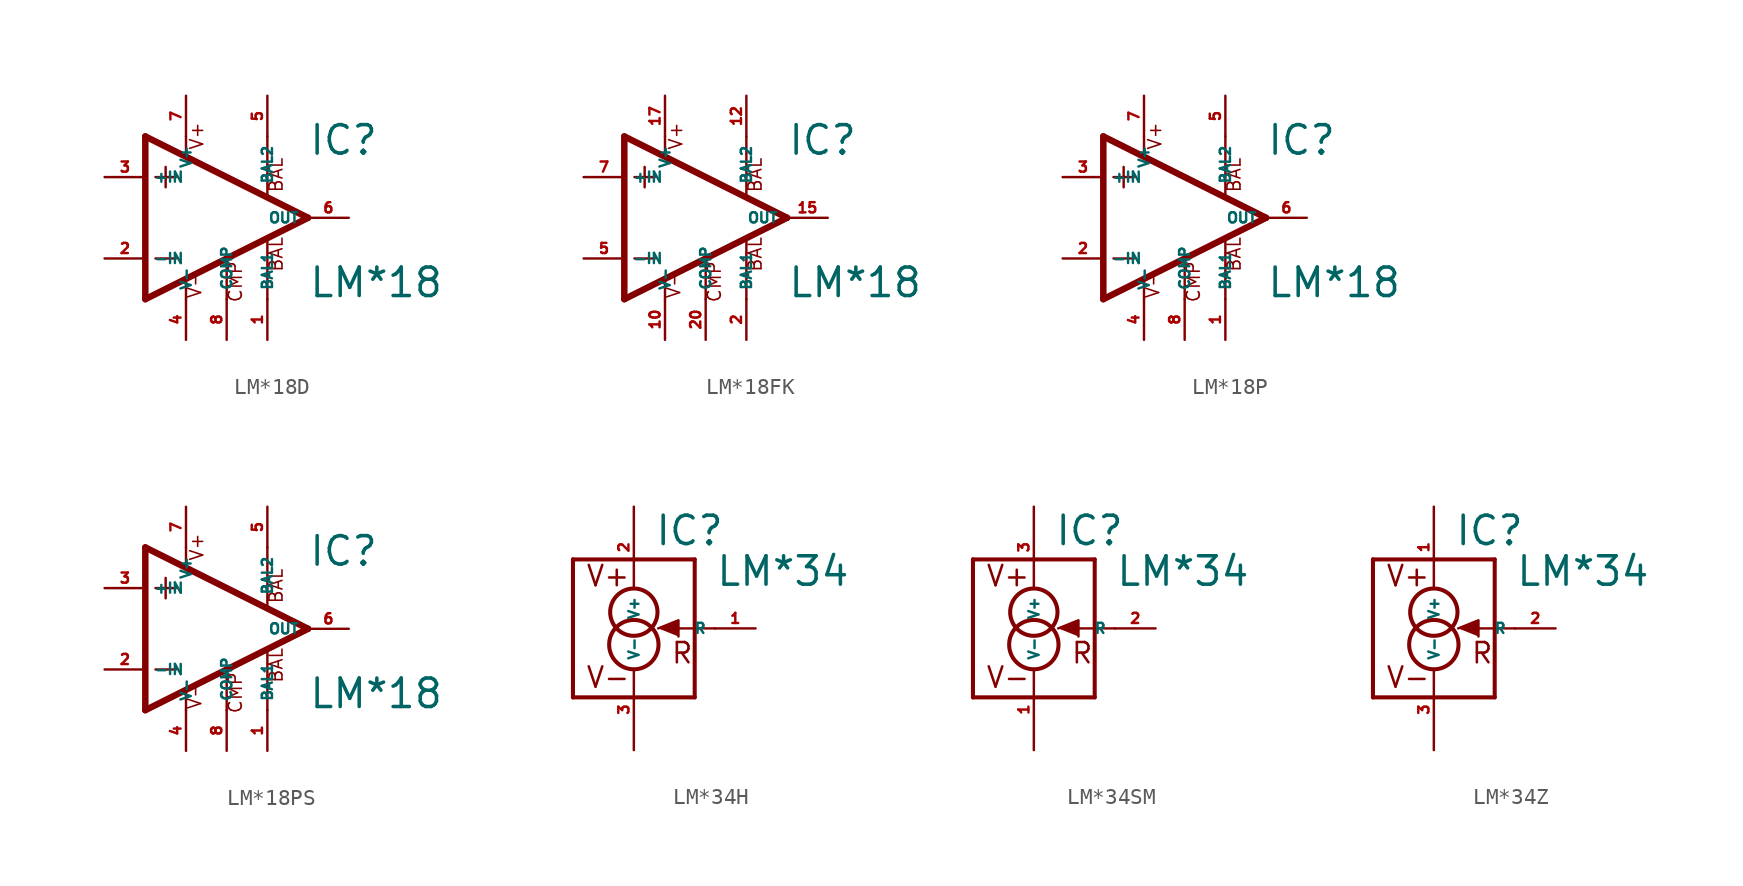
<source format=kicad_sym>
(kicad_symbol_lib
  (version 20220914)
  (generator Eagle2Kicad)
  (symbol "LM*18D"
    (property "Reference" "IC"
      (at 5.08 3.81 0)
      (effects (font (size 1.778 1.778) (thickness 0.22)) (justify left bottom)))
    (property "Value" "LM*18"
      (at 5.08 -5.08 0)
      (effects (font (size 1.778 1.778) (thickness 0.22)) (justify left bottom)))
    (polyline
      (pts (xy -3.81 3.175) (xy -3.81 1.905))
      (stroke (width 0.152) (type default))
      (fill (type none)))
    (polyline
      (pts (xy -4.445 2.54) (xy -3.175 2.54))
      (stroke (width 0.152) (type default))
      (fill (type none)))
    (polyline
      (pts (xy -4.445 -2.54) (xy -3.175 -2.54))
      (stroke (width 0.152) (type default))
      (fill (type none)))
    (polyline
      (pts (xy -5.08 5.08) (xy -5.08 -5.08))
      (stroke (width 0.406) (type default))
      (fill (type none)))
    (polyline
      (pts (xy -2.54 5.08) (xy -2.54 3.886))
      (stroke (width 0.152) (type default))
      (fill (type none)))
    (polyline
      (pts (xy 2.54 5.08) (xy 2.54 1.346))
      (stroke (width 0.152) (type default))
      (fill (type none)))
    (polyline
      (pts (xy 2.54 -5.08) (xy 2.54 -1.346))
      (stroke (width 0.152) (type default))
      (fill (type none)))
    (polyline
      (pts (xy -5.08 5.08) (xy 5.08 0))
      (stroke (width 0.406) (type default))
      (fill (type none)))
    (polyline
      (pts (xy -5.08 -5.08) (xy 5.08 0))
      (stroke (width 0.406) (type default))
      (fill (type none)))
    (polyline
      (pts (xy -2.54 -5.08) (xy -2.54 -3.886))
      (stroke (width 0.152) (type default))
      (fill (type none)))
    (polyline
      (pts (xy 0 -5.08) (xy 0 -2.616))
      (stroke (width 0.152) (type default))
      (fill (type none)))
    (text "BAL"
      (at 3.556 1.524 900)
      (effects (font (size 0.813 0.813) (thickness 0.10)) (justify left bottom)))
    (text "BAL"
      (at 3.556 -3.429 900)
      (effects (font (size 0.813 0.813) (thickness 0.10)) (justify left bottom)))
    (text "V-"
      (at -1.524 -5.08 900)
      (effects (font (size 0.813 0.813) (thickness 0.10)) (justify left bottom)))
    (text "CMP"
      (at 1.016 -5.334 900)
      (effects (font (size 0.813 0.813) (thickness 0.10)) (justify left bottom)))
    (text "V+"
      (at -1.397 4.191 900)
      (effects (font (size 0.813 0.813) (thickness 0.10)) (justify left bottom)))
    (pin input line
      (at -7.62 -2.54 0)
      (length 2.54)
      (name "-IN" (effects (font (size 0.635 0.635) (thickness 0.08)) (justify left bottom)))
      (number "2" (effects (font (size 0.635 0.635) (thickness 0.08)) (justify left bottom))))
    (pin input line
      (at -7.62 2.54 0)
      (length 2.54)
      (name "+IN" (effects (font (size 0.635 0.635) (thickness 0.08)) (justify left bottom)))
      (number "3" (effects (font (size 0.635 0.635) (thickness 0.08)) (justify left bottom))))
    (pin passive line
      (at 2.54 7.62 270)
      (length 2.54)
      (name "BAL2" (effects (font (size 0.635 0.635) (thickness 0.08)) (justify left bottom)))
      (number "5" (effects (font (size 0.635 0.635) (thickness 0.08)) (justify left bottom))))
    (pin output line
      (at 7.62 0 180)
      (length 2.54)
      (name "OUT" (effects (font (size 0.635 0.635) (thickness 0.08)) (justify left bottom)))
      (number "6" (effects (font (size 0.635 0.635) (thickness 0.08)) (justify left bottom))))
    (pin passive line
      (at 2.54 -7.62 90)
      (length 2.54)
      (name "BAL1" (effects (font (size 0.635 0.635) (thickness 0.08)) (justify left bottom)))
      (number "1" (effects (font (size 0.635 0.635) (thickness 0.08)) (justify left bottom))))
    (pin unspecified line
      (at -2.54 7.62 270)
      (length 2.54)
      (name "V+" (effects (font (size 0.635 0.635) (thickness 0.08)) (justify left bottom)))
      (number "7" (effects (font (size 0.635 0.635) (thickness 0.08)) (justify left bottom))))
    (pin passive line
      (at 0 -7.62 90)
      (length 2.54)
      (name "COMP" (effects (font (size 0.635 0.635) (thickness 0.08)) (justify left bottom)))
      (number "8" (effects (font (size 0.635 0.635) (thickness 0.08)) (justify left bottom))))
    (pin unspecified line
      (at -2.54 -7.62 90)
      (length 2.54)
      (name "V-" (effects (font (size 0.635 0.635) (thickness 0.08)) (justify left bottom)))
      (number "4" (effects (font (size 0.635 0.635) (thickness 0.08)) (justify left bottom)))))
  (symbol "LM*18FK"
    (property "Reference" "IC"
      (at 5.08 3.81 0)
      (effects (font (size 1.778 1.778) (thickness 0.22)) (justify left bottom)))
    (property "Value" "LM*18"
      (at 5.08 -5.08 0)
      (effects (font (size 1.778 1.778) (thickness 0.22)) (justify left bottom)))
    (polyline
      (pts (xy -3.81 3.175) (xy -3.81 1.905))
      (stroke (width 0.152) (type default))
      (fill (type none)))
    (polyline
      (pts (xy -4.445 2.54) (xy -3.175 2.54))
      (stroke (width 0.152) (type default))
      (fill (type none)))
    (polyline
      (pts (xy -4.445 -2.54) (xy -3.175 -2.54))
      (stroke (width 0.152) (type default))
      (fill (type none)))
    (polyline
      (pts (xy -5.08 5.08) (xy -5.08 -5.08))
      (stroke (width 0.406) (type default))
      (fill (type none)))
    (polyline
      (pts (xy -2.54 5.08) (xy -2.54 3.886))
      (stroke (width 0.152) (type default))
      (fill (type none)))
    (polyline
      (pts (xy 2.54 5.08) (xy 2.54 1.346))
      (stroke (width 0.152) (type default))
      (fill (type none)))
    (polyline
      (pts (xy 2.54 -5.08) (xy 2.54 -1.346))
      (stroke (width 0.152) (type default))
      (fill (type none)))
    (polyline
      (pts (xy -5.08 5.08) (xy 5.08 0))
      (stroke (width 0.406) (type default))
      (fill (type none)))
    (polyline
      (pts (xy -5.08 -5.08) (xy 5.08 0))
      (stroke (width 0.406) (type default))
      (fill (type none)))
    (polyline
      (pts (xy -2.54 -5.08) (xy -2.54 -3.886))
      (stroke (width 0.152) (type default))
      (fill (type none)))
    (polyline
      (pts (xy 0 -5.08) (xy 0 -2.616))
      (stroke (width 0.152) (type default))
      (fill (type none)))
    (text "BAL"
      (at 3.556 1.524 900)
      (effects (font (size 0.813 0.813) (thickness 0.10)) (justify left bottom)))
    (text "BAL"
      (at 3.556 -3.429 900)
      (effects (font (size 0.813 0.813) (thickness 0.10)) (justify left bottom)))
    (text "V-"
      (at -1.524 -5.08 900)
      (effects (font (size 0.813 0.813) (thickness 0.10)) (justify left bottom)))
    (text "CMP"
      (at 1.016 -5.334 900)
      (effects (font (size 0.813 0.813) (thickness 0.10)) (justify left bottom)))
    (text "V+"
      (at -1.397 4.191 900)
      (effects (font (size 0.813 0.813) (thickness 0.10)) (justify left bottom)))
    (pin input line
      (at -7.62 -2.54 0)
      (length 2.54)
      (name "-IN" (effects (font (size 0.635 0.635) (thickness 0.08)) (justify left bottom)))
      (number "5" (effects (font (size 0.635 0.635) (thickness 0.08)) (justify left bottom))))
    (pin input line
      (at -7.62 2.54 0)
      (length 2.54)
      (name "+IN" (effects (font (size 0.635 0.635) (thickness 0.08)) (justify left bottom)))
      (number "7" (effects (font (size 0.635 0.635) (thickness 0.08)) (justify left bottom))))
    (pin passive line
      (at 2.54 7.62 270)
      (length 2.54)
      (name "BAL2" (effects (font (size 0.635 0.635) (thickness 0.08)) (justify left bottom)))
      (number "12" (effects (font (size 0.635 0.635) (thickness 0.08)) (justify left bottom))))
    (pin output line
      (at 7.62 0 180)
      (length 2.54)
      (name "OUT" (effects (font (size 0.635 0.635) (thickness 0.08)) (justify left bottom)))
      (number "15" (effects (font (size 0.635 0.635) (thickness 0.08)) (justify left bottom))))
    (pin passive line
      (at 2.54 -7.62 90)
      (length 2.54)
      (name "BAL1" (effects (font (size 0.635 0.635) (thickness 0.08)) (justify left bottom)))
      (number "2" (effects (font (size 0.635 0.635) (thickness 0.08)) (justify left bottom))))
    (pin unspecified line
      (at -2.54 7.62 270)
      (length 2.54)
      (name "V+" (effects (font (size 0.635 0.635) (thickness 0.08)) (justify left bottom)))
      (number "17" (effects (font (size 0.635 0.635) (thickness 0.08)) (justify left bottom))))
    (pin passive line
      (at 0 -7.62 90)
      (length 2.54)
      (name "COMP" (effects (font (size 0.635 0.635) (thickness 0.08)) (justify left bottom)))
      (number "20" (effects (font (size 0.635 0.635) (thickness 0.08)) (justify left bottom))))
    (pin unspecified line
      (at -2.54 -7.62 90)
      (length 2.54)
      (name "V-" (effects (font (size 0.635 0.635) (thickness 0.08)) (justify left bottom)))
      (number "10" (effects (font (size 0.635 0.635) (thickness 0.08)) (justify left bottom)))))
  (symbol "LM*18P"
    (property "Reference" "IC"
      (at 5.08 3.81 0)
      (effects (font (size 1.778 1.778) (thickness 0.22)) (justify left bottom)))
    (property "Value" "LM*18"
      (at 5.08 -5.08 0)
      (effects (font (size 1.778 1.778) (thickness 0.22)) (justify left bottom)))
    (polyline
      (pts (xy -3.81 3.175) (xy -3.81 1.905))
      (stroke (width 0.152) (type default))
      (fill (type none)))
    (polyline
      (pts (xy -4.445 2.54) (xy -3.175 2.54))
      (stroke (width 0.152) (type default))
      (fill (type none)))
    (polyline
      (pts (xy -4.445 -2.54) (xy -3.175 -2.54))
      (stroke (width 0.152) (type default))
      (fill (type none)))
    (polyline
      (pts (xy -5.08 5.08) (xy -5.08 -5.08))
      (stroke (width 0.406) (type default))
      (fill (type none)))
    (polyline
      (pts (xy -2.54 5.08) (xy -2.54 3.886))
      (stroke (width 0.152) (type default))
      (fill (type none)))
    (polyline
      (pts (xy 2.54 5.08) (xy 2.54 1.346))
      (stroke (width 0.152) (type default))
      (fill (type none)))
    (polyline
      (pts (xy 2.54 -5.08) (xy 2.54 -1.346))
      (stroke (width 0.152) (type default))
      (fill (type none)))
    (polyline
      (pts (xy -5.08 5.08) (xy 5.08 0))
      (stroke (width 0.406) (type default))
      (fill (type none)))
    (polyline
      (pts (xy -5.08 -5.08) (xy 5.08 0))
      (stroke (width 0.406) (type default))
      (fill (type none)))
    (polyline
      (pts (xy -2.54 -5.08) (xy -2.54 -3.886))
      (stroke (width 0.152) (type default))
      (fill (type none)))
    (polyline
      (pts (xy 0 -5.08) (xy 0 -2.616))
      (stroke (width 0.152) (type default))
      (fill (type none)))
    (text "BAL"
      (at 3.556 1.524 900)
      (effects (font (size 0.813 0.813) (thickness 0.10)) (justify left bottom)))
    (text "BAL"
      (at 3.556 -3.429 900)
      (effects (font (size 0.813 0.813) (thickness 0.10)) (justify left bottom)))
    (text "V-"
      (at -1.524 -5.08 900)
      (effects (font (size 0.813 0.813) (thickness 0.10)) (justify left bottom)))
    (text "CMP"
      (at 1.016 -5.334 900)
      (effects (font (size 0.813 0.813) (thickness 0.10)) (justify left bottom)))
    (text "V+"
      (at -1.397 4.191 900)
      (effects (font (size 0.813 0.813) (thickness 0.10)) (justify left bottom)))
    (pin input line
      (at -7.62 -2.54 0)
      (length 2.54)
      (name "-IN" (effects (font (size 0.635 0.635) (thickness 0.08)) (justify left bottom)))
      (number "2" (effects (font (size 0.635 0.635) (thickness 0.08)) (justify left bottom))))
    (pin input line
      (at -7.62 2.54 0)
      (length 2.54)
      (name "+IN" (effects (font (size 0.635 0.635) (thickness 0.08)) (justify left bottom)))
      (number "3" (effects (font (size 0.635 0.635) (thickness 0.08)) (justify left bottom))))
    (pin passive line
      (at 2.54 7.62 270)
      (length 2.54)
      (name "BAL2" (effects (font (size 0.635 0.635) (thickness 0.08)) (justify left bottom)))
      (number "5" (effects (font (size 0.635 0.635) (thickness 0.08)) (justify left bottom))))
    (pin output line
      (at 7.62 0 180)
      (length 2.54)
      (name "OUT" (effects (font (size 0.635 0.635) (thickness 0.08)) (justify left bottom)))
      (number "6" (effects (font (size 0.635 0.635) (thickness 0.08)) (justify left bottom))))
    (pin passive line
      (at 2.54 -7.62 90)
      (length 2.54)
      (name "BAL1" (effects (font (size 0.635 0.635) (thickness 0.08)) (justify left bottom)))
      (number "1" (effects (font (size 0.635 0.635) (thickness 0.08)) (justify left bottom))))
    (pin unspecified line
      (at -2.54 7.62 270)
      (length 2.54)
      (name "V+" (effects (font (size 0.635 0.635) (thickness 0.08)) (justify left bottom)))
      (number "7" (effects (font (size 0.635 0.635) (thickness 0.08)) (justify left bottom))))
    (pin passive line
      (at 0 -7.62 90)
      (length 2.54)
      (name "COMP" (effects (font (size 0.635 0.635) (thickness 0.08)) (justify left bottom)))
      (number "8" (effects (font (size 0.635 0.635) (thickness 0.08)) (justify left bottom))))
    (pin unspecified line
      (at -2.54 -7.62 90)
      (length 2.54)
      (name "V-" (effects (font (size 0.635 0.635) (thickness 0.08)) (justify left bottom)))
      (number "4" (effects (font (size 0.635 0.635) (thickness 0.08)) (justify left bottom)))))
  (symbol "LM*18PS"
    (property "Reference" "IC"
      (at 5.08 3.81 0)
      (effects (font (size 1.778 1.778) (thickness 0.22)) (justify left bottom)))
    (property "Value" "LM*18"
      (at 5.08 -5.08 0)
      (effects (font (size 1.778 1.778) (thickness 0.22)) (justify left bottom)))
    (polyline
      (pts (xy -3.81 3.175) (xy -3.81 1.905))
      (stroke (width 0.152) (type default))
      (fill (type none)))
    (polyline
      (pts (xy -4.445 2.54) (xy -3.175 2.54))
      (stroke (width 0.152) (type default))
      (fill (type none)))
    (polyline
      (pts (xy -4.445 -2.54) (xy -3.175 -2.54))
      (stroke (width 0.152) (type default))
      (fill (type none)))
    (polyline
      (pts (xy -5.08 5.08) (xy -5.08 -5.08))
      (stroke (width 0.406) (type default))
      (fill (type none)))
    (polyline
      (pts (xy -2.54 5.08) (xy -2.54 3.886))
      (stroke (width 0.152) (type default))
      (fill (type none)))
    (polyline
      (pts (xy 2.54 5.08) (xy 2.54 1.346))
      (stroke (width 0.152) (type default))
      (fill (type none)))
    (polyline
      (pts (xy 2.54 -5.08) (xy 2.54 -1.346))
      (stroke (width 0.152) (type default))
      (fill (type none)))
    (polyline
      (pts (xy -5.08 5.08) (xy 5.08 0))
      (stroke (width 0.406) (type default))
      (fill (type none)))
    (polyline
      (pts (xy -5.08 -5.08) (xy 5.08 0))
      (stroke (width 0.406) (type default))
      (fill (type none)))
    (polyline
      (pts (xy -2.54 -5.08) (xy -2.54 -3.886))
      (stroke (width 0.152) (type default))
      (fill (type none)))
    (polyline
      (pts (xy 0 -5.08) (xy 0 -2.616))
      (stroke (width 0.152) (type default))
      (fill (type none)))
    (text "BAL"
      (at 3.556 1.524 900)
      (effects (font (size 0.813 0.813) (thickness 0.10)) (justify left bottom)))
    (text "BAL"
      (at 3.556 -3.429 900)
      (effects (font (size 0.813 0.813) (thickness 0.10)) (justify left bottom)))
    (text "V-"
      (at -1.524 -5.08 900)
      (effects (font (size 0.813 0.813) (thickness 0.10)) (justify left bottom)))
    (text "CMP"
      (at 1.016 -5.334 900)
      (effects (font (size 0.813 0.813) (thickness 0.10)) (justify left bottom)))
    (text "V+"
      (at -1.397 4.191 900)
      (effects (font (size 0.813 0.813) (thickness 0.10)) (justify left bottom)))
    (pin input line
      (at -7.62 -2.54 0)
      (length 2.54)
      (name "-IN" (effects (font (size 0.635 0.635) (thickness 0.08)) (justify left bottom)))
      (number "2" (effects (font (size 0.635 0.635) (thickness 0.08)) (justify left bottom))))
    (pin input line
      (at -7.62 2.54 0)
      (length 2.54)
      (name "+IN" (effects (font (size 0.635 0.635) (thickness 0.08)) (justify left bottom)))
      (number "3" (effects (font (size 0.635 0.635) (thickness 0.08)) (justify left bottom))))
    (pin passive line
      (at 2.54 7.62 270)
      (length 2.54)
      (name "BAL2" (effects (font (size 0.635 0.635) (thickness 0.08)) (justify left bottom)))
      (number "5" (effects (font (size 0.635 0.635) (thickness 0.08)) (justify left bottom))))
    (pin output line
      (at 7.62 0 180)
      (length 2.54)
      (name "OUT" (effects (font (size 0.635 0.635) (thickness 0.08)) (justify left bottom)))
      (number "6" (effects (font (size 0.635 0.635) (thickness 0.08)) (justify left bottom))))
    (pin passive line
      (at 2.54 -7.62 90)
      (length 2.54)
      (name "BAL1" (effects (font (size 0.635 0.635) (thickness 0.08)) (justify left bottom)))
      (number "1" (effects (font (size 0.635 0.635) (thickness 0.08)) (justify left bottom))))
    (pin unspecified line
      (at -2.54 7.62 270)
      (length 2.54)
      (name "V+" (effects (font (size 0.635 0.635) (thickness 0.08)) (justify left bottom)))
      (number "7" (effects (font (size 0.635 0.635) (thickness 0.08)) (justify left bottom))))
    (pin passive line
      (at 0 -7.62 90)
      (length 2.54)
      (name "COMP" (effects (font (size 0.635 0.635) (thickness 0.08)) (justify left bottom)))
      (number "8" (effects (font (size 0.635 0.635) (thickness 0.08)) (justify left bottom))))
    (pin unspecified line
      (at -2.54 -7.62 90)
      (length 2.54)
      (name "V-" (effects (font (size 0.635 0.635) (thickness 0.08)) (justify left bottom)))
      (number "4" (effects (font (size 0.635 0.635) (thickness 0.08)) (justify left bottom)))))
  (symbol "LM*34H"
    (property "Reference" "IC"
      (at 1.27 5.08 0)
      (effects (font (size 1.778 1.778) (thickness 0.22)) (justify left bottom)))
    (property "Value" "LM*34"
      (at 5.08 2.54 0)
      (effects (font (size 1.778 1.778) (thickness 0.22)) (justify left bottom)))
    (polyline
      (pts (xy 1.524 0) (xy 2.794 0.508) (xy 2.794 -0.508))
      (stroke (width 0.152) (type default))
      (fill (type outline)))
    (polyline
      (pts (xy 5.08 0) (xy 1.778 0))
      (stroke (width 0.152) (type default))
      (fill (type none)))
    (polyline
      (pts (xy -3.81 4.318) (xy 3.81 4.318))
      (stroke (width 0.254) (type default))
      (fill (type none)))
    (polyline
      (pts (xy 3.81 4.318) (xy 3.81 -4.318))
      (stroke (width 0.254) (type default))
      (fill (type none)))
    (polyline
      (pts (xy 3.81 -4.318) (xy -3.81 -4.318))
      (stroke (width 0.254) (type default))
      (fill (type none)))
    (polyline
      (pts (xy -3.81 -4.318) (xy -3.81 4.318))
      (stroke (width 0.254) (type default))
      (fill (type none)))
    (text "V+"
      (at -3.048 2.54 0)
      (effects (font (size 1.27 1.27) (thickness 0.16)) (justify left bottom)))
    (text "V-"
      (at -3.048 -3.81 0)
      (effects (font (size 1.27 1.27) (thickness 0.16)) (justify left bottom)))
    (text "R"
      (at 2.286 -2.286 0)
      (effects (font (size 1.27 1.27) (thickness 0.16)) (justify left bottom)))
    (circle
      (center 0 1.016)
      (radius 1.481)
      (stroke (width 0.254) (type default))
      (fill (type none)))
    (circle
      (center 0 -1.016)
      (radius 1.545)
      (stroke (width 0.254) (type default))
      (fill (type none)))
    (pin passive line
      (at 0 7.62 270)
      (length 5.08)
      (name "V+" (effects (font (size 0.635 0.635) (thickness 0.08)) (justify left bottom)))
      (number "2" (effects (font (size 0.635 0.635) (thickness 0.08)) (justify left bottom))))
    (pin passive line
      (at 0 -7.62 90)
      (length 5.08)
      (name "V-" (effects (font (size 0.635 0.635) (thickness 0.08)) (justify left bottom)))
      (number "3" (effects (font (size 0.635 0.635) (thickness 0.08)) (justify left bottom))))
    (pin passive line
      (at 7.62 0 180)
      (length 2.54)
      (name "R" (effects (font (size 0.635 0.635) (thickness 0.08)) (justify left bottom)))
      (number "1" (effects (font (size 0.635 0.635) (thickness 0.08)) (justify left bottom)))))
  (symbol "LM*34SM"
    (property "Reference" "IC"
      (at 1.27 5.08 0)
      (effects (font (size 1.778 1.778) (thickness 0.22)) (justify left bottom)))
    (property "Value" "LM*34"
      (at 5.08 2.54 0)
      (effects (font (size 1.778 1.778) (thickness 0.22)) (justify left bottom)))
    (polyline
      (pts (xy 1.524 0) (xy 2.794 0.508) (xy 2.794 -0.508))
      (stroke (width 0.152) (type default))
      (fill (type outline)))
    (polyline
      (pts (xy 5.08 0) (xy 1.778 0))
      (stroke (width 0.152) (type default))
      (fill (type none)))
    (polyline
      (pts (xy -3.81 4.318) (xy 3.81 4.318))
      (stroke (width 0.254) (type default))
      (fill (type none)))
    (polyline
      (pts (xy 3.81 4.318) (xy 3.81 -4.318))
      (stroke (width 0.254) (type default))
      (fill (type none)))
    (polyline
      (pts (xy 3.81 -4.318) (xy -3.81 -4.318))
      (stroke (width 0.254) (type default))
      (fill (type none)))
    (polyline
      (pts (xy -3.81 -4.318) (xy -3.81 4.318))
      (stroke (width 0.254) (type default))
      (fill (type none)))
    (text "V+"
      (at -3.048 2.54 0)
      (effects (font (size 1.27 1.27) (thickness 0.16)) (justify left bottom)))
    (text "V-"
      (at -3.048 -3.81 0)
      (effects (font (size 1.27 1.27) (thickness 0.16)) (justify left bottom)))
    (text "R"
      (at 2.286 -2.286 0)
      (effects (font (size 1.27 1.27) (thickness 0.16)) (justify left bottom)))
    (circle
      (center 0 1.016)
      (radius 1.481)
      (stroke (width 0.254) (type default))
      (fill (type none)))
    (circle
      (center 0 -1.016)
      (radius 1.545)
      (stroke (width 0.254) (type default))
      (fill (type none)))
    (pin passive line
      (at 0 7.62 270)
      (length 5.08)
      (name "V+" (effects (font (size 0.635 0.635) (thickness 0.08)) (justify left bottom)))
      (number "3" (effects (font (size 0.635 0.635) (thickness 0.08)) (justify left bottom))))
    (pin passive line
      (at 0 -7.62 90)
      (length 5.08)
      (name "V-" (effects (font (size 0.635 0.635) (thickness 0.08)) (justify left bottom)))
      (number "1" (effects (font (size 0.635 0.635) (thickness 0.08)) (justify left bottom))))
    (pin passive line
      (at 7.62 0 180)
      (length 2.54)
      (name "R" (effects (font (size 0.635 0.635) (thickness 0.08)) (justify left bottom)))
      (number "2" (effects (font (size 0.635 0.635) (thickness 0.08)) (justify left bottom)))))
  (symbol "LM*34Z"
    (property "Reference" "IC"
      (at 1.27 5.08 0)
      (effects (font (size 1.778 1.778) (thickness 0.22)) (justify left bottom)))
    (property "Value" "LM*34"
      (at 5.08 2.54 0)
      (effects (font (size 1.778 1.778) (thickness 0.22)) (justify left bottom)))
    (polyline
      (pts (xy 1.524 0) (xy 2.794 0.508) (xy 2.794 -0.508))
      (stroke (width 0.152) (type default))
      (fill (type outline)))
    (polyline
      (pts (xy 5.08 0) (xy 1.778 0))
      (stroke (width 0.152) (type default))
      (fill (type none)))
    (polyline
      (pts (xy -3.81 4.318) (xy 3.81 4.318))
      (stroke (width 0.254) (type default))
      (fill (type none)))
    (polyline
      (pts (xy 3.81 4.318) (xy 3.81 -4.318))
      (stroke (width 0.254) (type default))
      (fill (type none)))
    (polyline
      (pts (xy 3.81 -4.318) (xy -3.81 -4.318))
      (stroke (width 0.254) (type default))
      (fill (type none)))
    (polyline
      (pts (xy -3.81 -4.318) (xy -3.81 4.318))
      (stroke (width 0.254) (type default))
      (fill (type none)))
    (text "V+"
      (at -3.048 2.54 0)
      (effects (font (size 1.27 1.27) (thickness 0.16)) (justify left bottom)))
    (text "V-"
      (at -3.048 -3.81 0)
      (effects (font (size 1.27 1.27) (thickness 0.16)) (justify left bottom)))
    (text "R"
      (at 2.286 -2.286 0)
      (effects (font (size 1.27 1.27) (thickness 0.16)) (justify left bottom)))
    (circle
      (center 0 1.016)
      (radius 1.481)
      (stroke (width 0.254) (type default))
      (fill (type none)))
    (circle
      (center 0 -1.016)
      (radius 1.545)
      (stroke (width 0.254) (type default))
      (fill (type none)))
    (pin passive line
      (at 0 7.62 270)
      (length 5.08)
      (name "V+" (effects (font (size 0.635 0.635) (thickness 0.08)) (justify left bottom)))
      (number "1" (effects (font (size 0.635 0.635) (thickness 0.08)) (justify left bottom))))
    (pin passive line
      (at 0 -7.62 90)
      (length 5.08)
      (name "V-" (effects (font (size 0.635 0.635) (thickness 0.08)) (justify left bottom)))
      (number "3" (effects (font (size 0.635 0.635) (thickness 0.08)) (justify left bottom))))
    (pin passive line
      (at 7.62 0 180)
      (length 2.54)
      (name "R" (effects (font (size 0.635 0.635) (thickness 0.08)) (justify left bottom)))
      (number "2" (effects (font (size 0.635 0.635) (thickness 0.08)) (justify left bottom))))))
</source>
